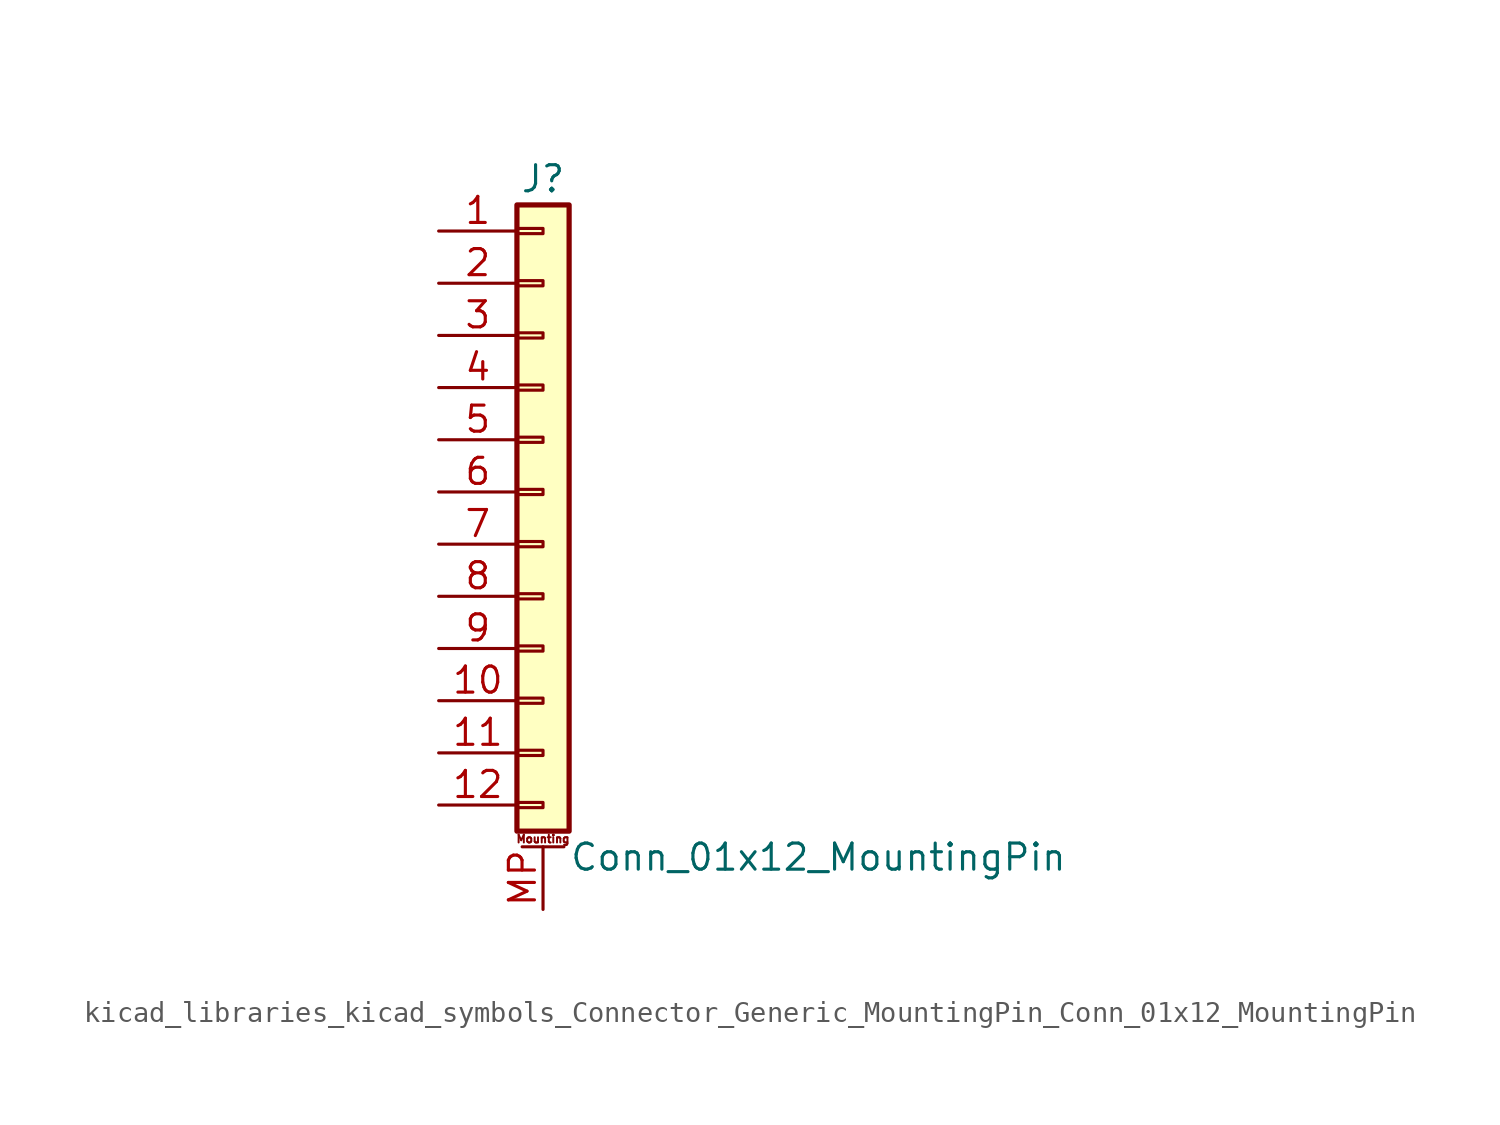
<source format=kicad_sym>
(kicad_symbol_lib
  (version 20220914)
  (generator kicad_symbol_editor)
  (symbol "kicad_libraries_kicad_symbols_Connector_Generic_MountingPin_Conn_01x12_MountingPin"
    (pin_names
      (offset 1.016) hide)
    (property "Reference" "J"
      (at 0 15.24 0)
      (effects (font (size 1.27 1.27))))
    (property "Value" "Conn_01x12_MountingPin"
      (at 1.27 -17.78 0)
      (effects (font (size 1.27 1.27)) (justify left)))
    (symbol "kicad_libraries_kicad_symbols_Connector_Generic_MountingPin_Conn_01x12_MountingPin_1_1"
      (rectangle (start -1.27 -15.113) (end 0 -15.367) (stroke (width 0.152) (type default)) (fill (type none)))
      (rectangle (start -1.27 -12.573) (end 0 -12.827) (stroke (width 0.152) (type default)) (fill (type none)))
      (rectangle (start -1.27 -10.033) (end 0 -10.287) (stroke (width 0.152) (type default)) (fill (type none)))
      (rectangle (start -1.27 -7.493) (end 0 -7.747) (stroke (width 0.152) (type default)) (fill (type none)))
      (rectangle (start -1.27 -4.953) (end 0 -5.207) (stroke (width 0.152) (type default)) (fill (type none)))
      (rectangle (start -1.27 -2.413) (end 0 -2.667) (stroke (width 0.152) (type default)) (fill (type none)))
      (rectangle (start -1.27 0.127) (end 0 -0.127) (stroke (width 0.152) (type default)) (fill (type none)))
      (rectangle (start -1.27 2.667) (end 0 2.413) (stroke (width 0.152) (type default)) (fill (type none)))
      (rectangle (start -1.27 5.207) (end 0 4.953) (stroke (width 0.152) (type default)) (fill (type none)))
      (rectangle (start -1.27 7.747) (end 0 7.493) (stroke (width 0.152) (type default)) (fill (type none)))
      (rectangle (start -1.27 10.287) (end 0 10.033) (stroke (width 0.152) (type default)) (fill (type none)))
      (rectangle (start -1.27 12.827) (end 0 12.573) (stroke (width 0.152) (type default)) (fill (type none)))
      (rectangle (start -1.27 13.97) (end 1.27 -16.51) (stroke (width 0.254) (type default)) (fill (type background)))
      (polyline (pts (xy -1.016 -17.272) (xy 1.016 -17.272)) (stroke (width 0.152) (type default)) (fill (type none)))
      (text "Mounting" (at 0 -16.891 0) (effects (font (size 0.381 0.381))))
      (pin passive line (at -5.08 12.7 0) (length 3.81) (name "Pin_1" (effects (font (size 1.27 1.27)))) (number "1" (effects (font (size 1.27 1.27)))))
      (pin passive line (at -5.08 -10.16 0) (length 3.81) (name "Pin_10" (effects (font (size 1.27 1.27)))) (number "10" (effects (font (size 1.27 1.27)))))
      (pin passive line (at -5.08 -12.7 0) (length 3.81) (name "Pin_11" (effects (font (size 1.27 1.27)))) (number "11" (effects (font (size 1.27 1.27)))))
      (pin passive line (at -5.08 -15.24 0) (length 3.81) (name "Pin_12" (effects (font (size 1.27 1.27)))) (number "12" (effects (font (size 1.27 1.27)))))
      (pin passive line (at -5.08 10.16 0) (length 3.81) (name "Pin_2" (effects (font (size 1.27 1.27)))) (number "2" (effects (font (size 1.27 1.27)))))
      (pin passive line (at -5.08 7.62 0) (length 3.81) (name "Pin_3" (effects (font (size 1.27 1.27)))) (number "3" (effects (font (size 1.27 1.27)))))
      (pin passive line (at -5.08 5.08 0) (length 3.81) (name "Pin_4" (effects (font (size 1.27 1.27)))) (number "4" (effects (font (size 1.27 1.27)))))
      (pin passive line (at -5.08 2.54 0) (length 3.81) (name "Pin_5" (effects (font (size 1.27 1.27)))) (number "5" (effects (font (size 1.27 1.27)))))
      (pin passive line (at -5.08 0 0) (length 3.81) (name "Pin_6" (effects (font (size 1.27 1.27)))) (number "6" (effects (font (size 1.27 1.27)))))
      (pin passive line (at -5.08 -2.54 0) (length 3.81) (name "Pin_7" (effects (font (size 1.27 1.27)))) (number "7" (effects (font (size 1.27 1.27)))))
      (pin passive line (at -5.08 -5.08 0) (length 3.81) (name "Pin_8" (effects (font (size 1.27 1.27)))) (number "8" (effects (font (size 1.27 1.27)))))
      (pin passive line (at -5.08 -7.62 0) (length 3.81) (name "Pin_9" (effects (font (size 1.27 1.27)))) (number "9" (effects (font (size 1.27 1.27)))))
      (pin passive line (at 0 -20.32 90) (length 3.048) (name "MountPin" (effects (font (size 1.27 1.27)))) (number "MP" (effects (font (size 1.27 1.27))))))))
</source>
